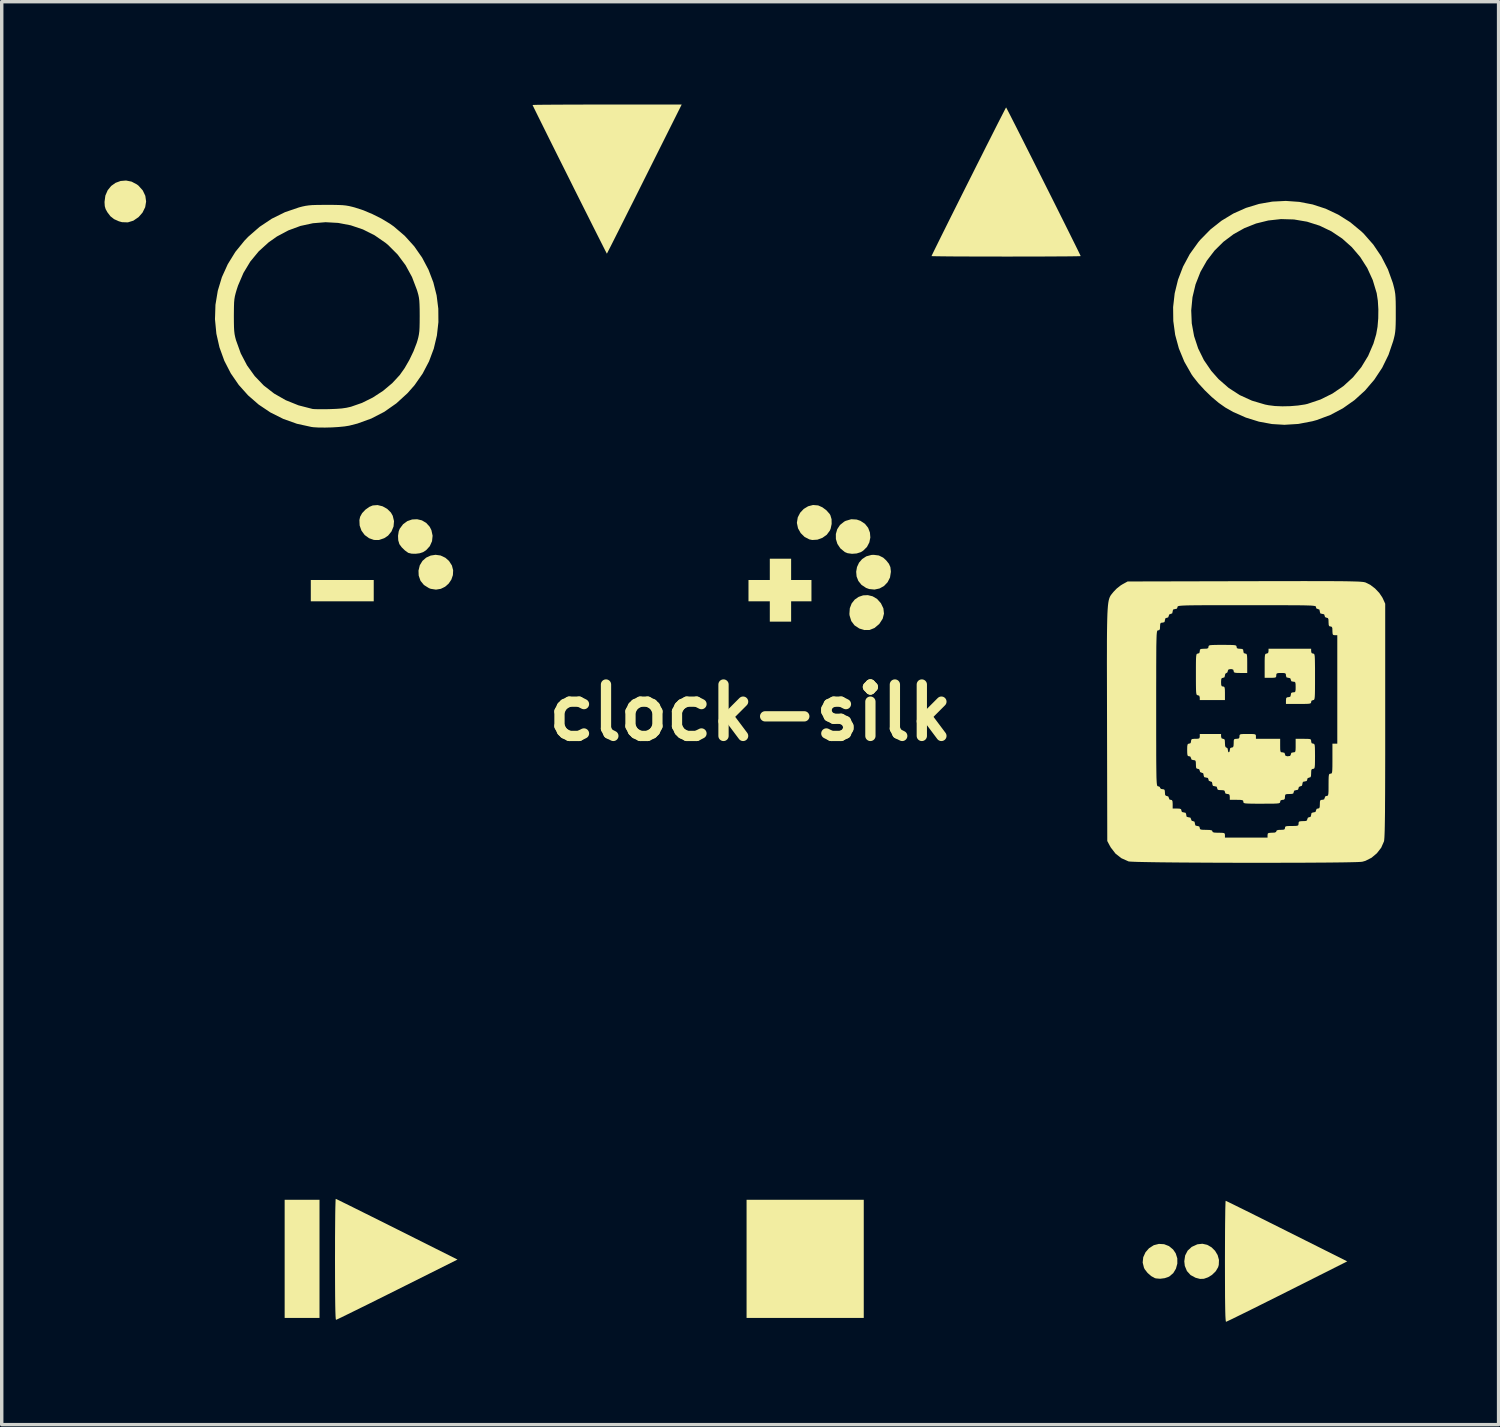
<source format=kicad_pcb>
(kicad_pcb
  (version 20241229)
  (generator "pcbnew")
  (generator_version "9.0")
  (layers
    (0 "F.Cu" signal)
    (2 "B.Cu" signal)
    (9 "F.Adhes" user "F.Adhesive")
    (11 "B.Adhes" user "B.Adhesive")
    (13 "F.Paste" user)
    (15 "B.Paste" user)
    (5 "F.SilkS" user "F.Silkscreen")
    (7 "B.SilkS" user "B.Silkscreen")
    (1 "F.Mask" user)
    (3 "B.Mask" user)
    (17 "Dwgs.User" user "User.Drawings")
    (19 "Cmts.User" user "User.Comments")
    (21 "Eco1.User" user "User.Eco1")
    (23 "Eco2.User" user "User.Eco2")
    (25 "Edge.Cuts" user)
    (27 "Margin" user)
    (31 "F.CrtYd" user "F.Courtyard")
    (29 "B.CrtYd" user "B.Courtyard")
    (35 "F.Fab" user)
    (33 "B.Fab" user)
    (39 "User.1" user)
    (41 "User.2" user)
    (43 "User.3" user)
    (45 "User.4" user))
  (footprint "clock-silk"
    (layer "F.Cu")
    (at 18.845 17.743)
    (property "Reference" "clock-silk" (at 0 0 0) (layer "F.SilkS") (effects (font (size 1.5 1.5) (thickness 0.3))))
    (attr board_only exclude_from_pos_files exclude_from_bom)
    (fp_poly (pts (xy -12.573 15.935) (xy -12.573 17.659) (xy -13.081 17.659) (xy -13.59 17.659) (xy -13.59 15.935) (xy -13.59 14.212) (xy -13.081 14.212) (xy -12.573 14.212)) (stroke (width 0) (type solid)) (fill yes) (layer "F.SilkS"))
    (fp_poly (pts (xy -10.991 -3.56) (xy -10.991 -3.249) (xy -11.909 -3.249) (xy -12.827 -3.249) (xy -12.827 -3.56) (xy -12.827 -3.871) (xy -11.909 -3.871) (xy -10.991 -3.871)) (stroke (width 0) (type solid)) (fill yes) (layer "F.SilkS"))
    (fp_poly (pts (xy 3.306 15.935) (xy 3.306 17.659) (xy 1.596 17.659) (xy -0.113 17.659) (xy -0.113 15.935) (xy -0.113 14.212) (xy 1.596 14.212) (xy 3.306 14.212)) (stroke (width 0) (type solid)) (fill yes) (layer "F.SilkS"))
    (fp_poly (pts (xy -10.732 -6.021) (xy -10.598 -5.946) (xy -10.49 -5.839) (xy -10.436 -5.744) (xy -10.399 -5.588) (xy -10.413 -5.432) (xy -10.473 -5.287) (xy -10.573 -5.165) (xy -10.686 -5.09) (xy -10.838 -5.038) (xy -10.983 -5.039) (xy -11.127 -5.09) (xy -11.255 -5.183) (xy -11.349 -5.311) (xy -11.402 -5.461) (xy -11.409 -5.619) (xy -11.388 -5.716) (xy -11.33 -5.821) (xy -11.235 -5.922) (xy -11.12 -6.004) (xy -11.021 -6.046) (xy -10.878 -6.057)) (stroke (width 0) (type solid)) (fill yes) (layer "F.SilkS"))
    (fp_poly (pts (xy -9.041 -4.586) (xy -8.903 -4.521) (xy -8.795 -4.427) (xy -8.71 -4.294) (xy -8.674 -4.154) (xy -8.681 -4.014) (xy -8.726 -3.883) (xy -8.804 -3.767) (xy -8.908 -3.675) (xy -9.034 -3.613) (xy -9.175 -3.59) (xy -9.326 -3.613) (xy -9.379 -3.633) (xy -9.525 -3.724) (xy -9.626 -3.847) (xy -9.679 -3.999) (xy -9.685 -4.144) (xy -9.647 -4.301) (xy -9.569 -4.429) (xy -9.46 -4.524) (xy -9.329 -4.584) (xy -9.187 -4.606)) (stroke (width 0) (type solid)) (fill yes) (layer "F.SilkS"))
    (fp_poly (pts (xy 3.565 -3.395) (xy 3.696 -3.317) (xy 3.806 -3.194) (xy 3.879 -3.043) (xy 3.896 -2.89) (xy 3.858 -2.74) (xy 3.765 -2.597) (xy 3.753 -2.583) (xy 3.618 -2.47) (xy 3.473 -2.412) (xy 3.319 -2.411) (xy 3.175 -2.456) (xy 3.037 -2.547) (xy 2.942 -2.673) (xy 2.893 -2.832) (xy 2.887 -2.88) (xy 2.899 -3.047) (xy 2.953 -3.187) (xy 3.042 -3.299) (xy 3.156 -3.378) (xy 3.287 -3.423) (xy 3.426 -3.429)) (stroke (width 0) (type solid)) (fill yes) (layer "F.SilkS"))
    (fp_poly (pts (xy 3.099 -5.635) (xy 3.209 -5.597) (xy 3.341 -5.51) (xy 3.434 -5.393) (xy 3.486 -5.256) (xy 3.498 -5.111) (xy 3.469 -4.968) (xy 3.4 -4.836) (xy 3.29 -4.727) (xy 3.219 -4.683) (xy 3.099 -4.645) (xy 2.963 -4.635) (xy 2.833 -4.653) (xy 2.754 -4.686) (xy 2.624 -4.793) (xy 2.537 -4.923) (xy 2.493 -5.066) (xy 2.492 -5.213) (xy 2.532 -5.353) (xy 2.614 -5.477) (xy 2.737 -5.575) (xy 2.78 -5.597) (xy 2.941 -5.644)) (stroke (width 0) (type solid)) (fill yes) (layer "F.SilkS"))
    (fp_poly (pts (xy 1.187 -4.182) (xy 1.187 -3.871) (xy 1.483 -3.871) (xy 1.78 -3.871) (xy 1.78 -3.56) (xy 1.78 -3.249) (xy 1.483 -3.249) (xy 1.187 -3.249) (xy 1.187 -2.953) (xy 1.187 -2.656) (xy 0.876 -2.656) (xy 0.565 -2.656) (xy 0.565 -2.953) (xy 0.565 -3.249) (xy 0.254 -3.249) (xy -0.057 -3.249) (xy -0.057 -3.56) (xy -0.057 -3.871) (xy 0.254 -3.871) (xy 0.565 -3.871) (xy 0.565 -4.182) (xy 0.565 -4.492) (xy 0.876 -4.492) (xy 1.187 -4.492)) (stroke (width 0) (type solid)) (fill yes) (layer "F.SilkS"))
    (fp_poly (pts (xy 3.747 -4.586) (xy 3.872 -4.524) (xy 3.959 -4.445) (xy 4.04 -4.344) (xy 4.083 -4.246) (xy 4.097 -4.128) (xy 4.097 -4.105) (xy 4.072 -3.944) (xy 4.002 -3.806) (xy 3.898 -3.697) (xy 3.768 -3.624) (xy 3.62 -3.592) (xy 3.465 -3.607) (xy 3.374 -3.64) (xy 3.24 -3.729) (xy 3.148 -3.843) (xy 3.097 -3.974) (xy 3.085 -4.112) (xy 3.109 -4.249) (xy 3.168 -4.376) (xy 3.259 -4.482) (xy 3.38 -4.561) (xy 3.53 -4.602) (xy 3.596 -4.605)) (stroke (width 0) (type solid)) (fill yes) (layer "F.SilkS"))
    (fp_poly (pts (xy 12.069 15.508) (xy 12.211 15.563) (xy 12.331 15.662) (xy 12.407 15.773) (xy 12.454 15.92) (xy 12.455 16.074) (xy 12.414 16.223) (xy 12.336 16.352) (xy 12.223 16.448) (xy 12.205 16.458) (xy 12.087 16.499) (xy 11.954 16.516) (xy 11.831 16.506) (xy 11.796 16.496) (xy 11.69 16.437) (xy 11.586 16.345) (xy 11.505 16.241) (xy 11.482 16.197) (xy 11.444 16.043) (xy 11.46 15.888) (xy 11.527 15.742) (xy 11.629 15.626) (xy 11.768 15.537) (xy 11.918 15.499)) (stroke (width 0) (type solid)) (fill yes) (layer "F.SilkS"))
    (fp_poly (pts (xy 13.326 15.526) (xy 13.452 15.598) (xy 13.556 15.701) (xy 13.631 15.826) (xy 13.67 15.967) (xy 13.664 16.113) (xy 13.645 16.18) (xy 13.575 16.298) (xy 13.466 16.404) (xy 13.35 16.475) (xy 13.229 16.517) (xy 13.117 16.521) (xy 12.988 16.487) (xy 12.987 16.487) (xy 12.841 16.408) (xy 12.735 16.291) (xy 12.673 16.141) (xy 12.658 16.006) (xy 12.683 15.837) (xy 12.756 15.696) (xy 12.874 15.587) (xy 13.035 15.513) (xy 13.04 15.511) (xy 13.186 15.495)) (stroke (width 0) (type solid)) (fill yes) (layer "F.SilkS"))
    (fp_poly (pts (xy 1.974 -6.047) (xy 1.978 -6.046) (xy 2.099 -5.992) (xy 2.218 -5.903) (xy 2.311 -5.797) (xy 2.332 -5.761) (xy 2.367 -5.644) (xy 2.369 -5.505) (xy 2.34 -5.368) (xy 2.316 -5.311) (xy 2.226 -5.19) (xy 2.1 -5.101) (xy 1.955 -5.048) (xy 1.804 -5.038) (xy 1.718 -5.056) (xy 1.579 -5.128) (xy 1.466 -5.24) (xy 1.388 -5.379) (xy 1.356 -5.532) (xy 1.356 -5.548) (xy 1.381 -5.699) (xy 1.451 -5.834) (xy 1.554 -5.944) (xy 1.683 -6.022) (xy 1.826 -6.059)) (stroke (width 0) (type solid)) (fill yes) (layer "F.SilkS"))
    (fp_poly (pts (xy -18.056 -15.494) (xy -17.901 -15.412) (xy -17.854 -15.376) (xy -17.729 -15.236) (xy -17.655 -15.079) (xy -17.632 -14.914) (xy -17.659 -14.748) (xy -17.737 -14.59) (xy -17.85 -14.461) (xy -18.003 -14.355) (xy -18.165 -14.305) (xy -18.336 -14.311) (xy -18.428 -14.337) (xy -18.568 -14.4) (xy -18.673 -14.483) (xy -18.762 -14.6) (xy -18.813 -14.692) (xy -18.838 -14.778) (xy -18.845 -14.888) (xy -18.845 -14.905) (xy -18.821 -15.086) (xy -18.754 -15.241) (xy -18.652 -15.367) (xy -18.523 -15.459) (xy -18.375 -15.513) (xy -18.217 -15.526)) (stroke (width 0) (type solid)) (fill yes) (layer "F.SilkS"))
    (fp_poly (pts (xy -9.586 -5.611) (xy -9.46 -5.537) (xy -9.358 -5.424) (xy -9.308 -5.325) (xy -9.273 -5.162) (xy -9.29 -5.003) (xy -9.355 -4.858) (xy -9.463 -4.74) (xy -9.552 -4.683) (xy -9.649 -4.651) (xy -9.768 -4.636) (xy -9.885 -4.639) (xy -9.977 -4.661) (xy -9.988 -4.666) (xy -10.082 -4.734) (xy -10.174 -4.824) (xy -10.241 -4.915) (xy -10.244 -4.922) (xy -10.276 -5.029) (xy -10.282 -5.161) (xy -10.262 -5.29) (xy -10.232 -5.368) (xy -10.134 -5.499) (xy -10.01 -5.589) (xy -9.871 -5.637) (xy -9.726 -5.644)) (stroke (width 0) (type solid)) (fill yes) (layer "F.SilkS"))
    (fp_poly (pts (xy -12.071 14.197) (xy -11.997 14.233) (xy -11.88 14.291) (xy -11.725 14.367) (xy -11.536 14.461) (xy -11.317 14.57) (xy -11.072 14.692) (xy -10.805 14.825) (xy -10.521 14.967) (xy -10.313 15.071) (xy -8.547 15.956) (xy -10.306 16.836) (xy -10.599 16.982) (xy -10.879 17.121) (xy -11.139 17.251) (xy -11.377 17.368) (xy -11.588 17.472) (xy -11.767 17.56) (xy -11.912 17.631) (xy -12.016 17.681) (xy -12.078 17.709) (xy -12.092 17.715) (xy -12.099 17.687) (xy -12.105 17.603) (xy -12.11 17.463) (xy -12.114 17.269) (xy -12.117 17.02) (xy -12.119 16.717) (xy -12.12 16.361) (xy -12.121 15.952) (xy -12.121 15.949) (xy -12.12 15.639) (xy -12.12 15.346) (xy -12.118 15.076) (xy -12.116 14.832) (xy -12.114 14.62) (xy -12.111 14.445) (xy -12.107 14.311) (xy -12.104 14.223) (xy -12.1 14.186) (xy -12.1 14.185)) (stroke (width 0) (type solid)) (fill yes) (layer "F.SilkS"))
    (fp_poly (pts (xy 13.894 14.254) (xy 13.968 14.29) (xy 14.085 14.347) (xy 14.24 14.424) (xy 14.429 14.517) (xy 14.648 14.626) (xy 14.893 14.748) (xy 15.159 14.881) (xy 15.444 15.023) (xy 15.649 15.126) (xy 17.412 16.009) (xy 15.659 16.891) (xy 15.366 17.038) (xy 15.087 17.177) (xy 14.827 17.307) (xy 14.59 17.425) (xy 14.379 17.529) (xy 14.2 17.617) (xy 14.056 17.688) (xy 13.951 17.738) (xy 13.89 17.766) (xy 13.875 17.772) (xy 13.869 17.753) (xy 13.863 17.696) (xy 13.857 17.598) (xy 13.853 17.456) (xy 13.85 17.27) (xy 13.847 17.036) (xy 13.846 16.752) (xy 13.845 16.417) (xy 13.844 16.027) (xy 13.844 16.006) (xy 13.845 15.696) (xy 13.846 15.403) (xy 13.847 15.132) (xy 13.849 14.889) (xy 13.852 14.677) (xy 13.854 14.502) (xy 13.858 14.368) (xy 13.861 14.279) (xy 13.865 14.242) (xy 13.865 14.241)) (stroke (width 0) (type solid)) (fill yes) (layer "F.SilkS"))
    (fp_poly (pts (xy -3.094 -15.568) (xy -3.257 -15.241) (xy -3.413 -14.929) (xy -3.561 -14.636) (xy -3.697 -14.364) (xy -3.82 -14.119) (xy -3.929 -13.903) (xy -4.021 -13.72) (xy -4.095 -13.574) (xy -4.149 -13.469) (xy -4.18 -13.407) (xy -4.189 -13.392) (xy -4.202 -13.417) (xy -4.239 -13.488) (xy -4.297 -13.603) (xy -4.375 -13.758) (xy -4.471 -13.948) (xy -4.583 -14.17) (xy -4.709 -14.422) (xy -4.848 -14.698) (xy -4.997 -14.995) (xy -5.155 -15.31) (xy -5.276 -15.554) (xy -5.439 -15.88) (xy -5.595 -16.191) (xy -5.741 -16.484) (xy -5.876 -16.755) (xy -5.998 -17.001) (xy -6.105 -17.217) (xy -6.196 -17.4) (xy -6.268 -17.546) (xy -6.32 -17.652) (xy -6.35 -17.714) (xy -6.357 -17.729) (xy -6.33 -17.731) (xy -6.25 -17.734) (xy -6.122 -17.736) (xy -5.951 -17.737) (xy -5.741 -17.739) (xy -5.495 -17.74) (xy -5.219 -17.742) (xy -4.917 -17.742) (xy -4.592 -17.743) (xy -4.25 -17.743) (xy -4.181 -17.743) (xy -2.006 -17.743)) (stroke (width 0) (type solid)) (fill yes) (layer "F.SilkS"))
    (fp_poly (pts (xy 7.473 -17.634) (xy 7.51 -17.563) (xy 7.568 -17.451) (xy 7.644 -17.301) (xy 7.737 -17.119) (xy 7.843 -16.909) (xy 7.962 -16.674) (xy 8.089 -16.421) (xy 8.225 -16.152) (xy 8.365 -15.873) (xy 8.508 -15.588) (xy 8.652 -15.301) (xy 8.794 -15.018) (xy 8.932 -14.742) (xy 9.064 -14.477) (xy 9.188 -14.229) (xy 9.301 -14.002) (xy 9.401 -13.8) (xy 9.487 -13.627) (xy 9.555 -13.489) (xy 9.603 -13.39) (xy 9.63 -13.333) (xy 9.634 -13.322) (xy 9.607 -13.319) (xy 9.527 -13.317) (xy 9.4 -13.315) (xy 9.228 -13.313) (xy 9.018 -13.312) (xy 8.773 -13.31) (xy 8.496 -13.309) (xy 8.194 -13.308) (xy 7.87 -13.308) (xy 7.528 -13.307) (xy 7.459 -13.307) (xy 7.114 -13.308) (xy 6.786 -13.308) (xy 6.479 -13.309) (xy 6.197 -13.31) (xy 5.945 -13.311) (xy 5.728 -13.313) (xy 5.549 -13.315) (xy 5.412 -13.317) (xy 5.323 -13.319) (xy 5.285 -13.321) (xy 5.283 -13.322) (xy 5.296 -13.35) (xy 5.331 -13.423) (xy 5.388 -13.539) (xy 5.463 -13.691) (xy 5.554 -13.875) (xy 5.66 -14.088) (xy 5.777 -14.324) (xy 5.904 -14.578) (xy 6.039 -14.848) (xy 6.179 -15.128) (xy 6.322 -15.413) (xy 6.466 -15.699) (xy 6.608 -15.983) (xy 6.747 -16.258) (xy 6.879 -16.522) (xy 7.004 -16.768) (xy 7.118 -16.994) (xy 7.219 -17.194) (xy 7.306 -17.364) (xy 7.375 -17.499) (xy 7.425 -17.596) (xy 7.453 -17.649) (xy 7.459 -17.659)) (stroke (width 0) (type solid)) (fill yes) (layer "F.SilkS"))
    (fp_poly (pts (xy 16.359 -1.794) (xy 16.372 -1.739) (xy 16.415 -1.723) (xy 16.433 -1.722) (xy 16.447 -1.711) (xy 16.457 -1.686) (xy 16.464 -1.639) (xy 16.468 -1.564) (xy 16.47 -1.454) (xy 16.472 -1.303) (xy 16.472 -1.103) (xy 16.472 -1.045) (xy 16.472 -0.833) (xy 16.471 -0.67) (xy 16.469 -0.55) (xy 16.465 -0.467) (xy 16.459 -0.414) (xy 16.449 -0.384) (xy 16.437 -0.371) (xy 16.42 -0.367) (xy 16.415 -0.367) (xy 16.368 -0.347) (xy 16.359 -0.311) (xy 16.356 -0.288) (xy 16.34 -0.272) (xy 16.304 -0.262) (xy 16.237 -0.257) (xy 16.131 -0.255) (xy 15.992 -0.254) (xy 15.624 -0.254) (xy 15.624 -0.353) (xy 15.63 -0.42) (xy 15.653 -0.447) (xy 15.695 -0.452) (xy 15.749 -0.464) (xy 15.765 -0.51) (xy 15.766 -0.523) (xy 15.777 -0.576) (xy 15.823 -0.593) (xy 15.836 -0.593) (xy 15.877 -0.597) (xy 15.898 -0.619) (xy 15.906 -0.671) (xy 15.907 -0.749) (xy 15.905 -0.838) (xy 15.895 -0.884) (xy 15.871 -0.902) (xy 15.836 -0.904) (xy 15.781 -0.917) (xy 15.766 -0.961) (xy 15.749 -1.005) (xy 15.695 -1.017) (xy 15.641 -1.029) (xy 15.625 -1.075) (xy 15.624 -1.088) (xy 15.62 -1.13) (xy 15.596 -1.151) (xy 15.54 -1.158) (xy 15.483 -1.158) (xy 15.399 -1.156) (xy 15.357 -1.144) (xy 15.343 -1.116) (xy 15.342 -1.088) (xy 15.338 -1.049) (xy 15.319 -1.027) (xy 15.27 -1.019) (xy 15.178 -1.017) (xy 15.172 -1.017) (xy 15.003 -1.017) (xy 15.003 -1.37) (xy 15.003 -1.517) (xy 15.006 -1.616) (xy 15.012 -1.677) (xy 15.023 -1.709) (xy 15.04 -1.722) (xy 15.059 -1.723) (xy 15.103 -1.74) (xy 15.116 -1.794) (xy 15.116 -1.865) (xy 15.737 -1.865) (xy 16.359 -1.865)) (stroke (width 0) (type solid)) (fill yes) (layer "F.SilkS"))
    (fp_poly (pts (xy 13.933 -1.977) (xy 14.045 -1.975) (xy 14.117 -1.971) (xy 14.159 -1.962) (xy 14.178 -1.948) (xy 14.183 -1.928) (xy 14.183 -1.921) (xy 14.194 -1.882) (xy 14.238 -1.867) (xy 14.282 -1.865) (xy 14.349 -1.859) (xy 14.376 -1.836) (xy 14.381 -1.794) (xy 14.394 -1.739) (xy 14.438 -1.723) (xy 14.463 -1.72) (xy 14.48 -1.701) (xy 14.489 -1.658) (xy 14.493 -1.58) (xy 14.494 -1.456) (xy 14.494 -1.441) (xy 14.494 -1.158) (xy 14.296 -1.158) (xy 14.192 -1.16) (xy 14.133 -1.167) (xy 14.106 -1.182) (xy 14.099 -1.21) (xy 14.099 -1.215) (xy 14.085 -1.256) (xy 14.036 -1.271) (xy 14.014 -1.271) (xy 13.952 -1.263) (xy 13.93 -1.229) (xy 13.929 -1.215) (xy 13.911 -1.169) (xy 13.887 -1.158) (xy 13.853 -1.134) (xy 13.844 -1.088) (xy 13.831 -1.032) (xy 13.788 -1.017) (xy 13.752 -1.009) (xy 13.736 -0.974) (xy 13.731 -0.899) (xy 13.731 -0.89) (xy 13.735 -0.811) (xy 13.75 -0.773) (xy 13.784 -0.763) (xy 13.788 -0.763) (xy 13.817 -0.758) (xy 13.834 -0.733) (xy 13.842 -0.679) (xy 13.844 -0.581) (xy 13.844 -0.565) (xy 13.844 -0.367) (xy 13.477 -0.367) (xy 13.11 -0.367) (xy 13.11 -0.438) (xy 13.096 -0.493) (xy 13.053 -0.509) (xy 13.035 -0.511) (xy 13.021 -0.522) (xy 13.011 -0.549) (xy 13.004 -0.598) (xy 13 -0.678) (xy 12.998 -0.795) (xy 12.997 -0.956) (xy 12.997 -1.116) (xy 12.997 -1.316) (xy 12.998 -1.466) (xy 13 -1.574) (xy 13.005 -1.647) (xy 13.012 -1.691) (xy 13.023 -1.714) (xy 13.038 -1.722) (xy 13.053 -1.723) (xy 13.097 -1.74) (xy 13.11 -1.794) (xy 13.115 -1.838) (xy 13.141 -1.858) (xy 13.203 -1.864) (xy 13.237 -1.865) (xy 13.316 -1.868) (xy 13.354 -1.884) (xy 13.364 -1.917) (xy 13.364 -1.921) (xy 13.367 -1.943) (xy 13.381 -1.959) (xy 13.415 -1.969) (xy 13.478 -1.974) (xy 13.578 -1.977) (xy 13.723 -1.978) (xy 13.774 -1.978)) (stroke (width 0) (type solid)) (fill yes) (layer "F.SilkS"))
    (fp_poly (pts (xy 16.013 -14.903) (xy 16.402 -14.828) (xy 16.782 -14.704) (xy 17.149 -14.531) (xy 17.498 -14.311) (xy 17.824 -14.041) (xy 17.901 -13.966) (xy 18.174 -13.655) (xy 18.408 -13.308) (xy 18.599 -12.935) (xy 18.74 -12.544) (xy 18.754 -12.494) (xy 18.78 -12.393) (xy 18.799 -12.305) (xy 18.813 -12.217) (xy 18.821 -12.117) (xy 18.826 -11.994) (xy 18.828 -11.837) (xy 18.828 -11.669) (xy 18.828 -11.473) (xy 18.825 -11.322) (xy 18.82 -11.204) (xy 18.811 -11.107) (xy 18.797 -11.019) (xy 18.776 -10.929) (xy 18.753 -10.842) (xy 18.616 -10.439) (xy 18.431 -10.062) (xy 18.201 -9.714) (xy 17.931 -9.398) (xy 17.624 -9.119) (xy 17.285 -8.88) (xy 16.917 -8.685) (xy 16.523 -8.538) (xy 16.393 -8.502) (xy 15.985 -8.424) (xy 15.579 -8.399) (xy 15.217 -8.421) (xy 14.835 -8.491) (xy 14.453 -8.61) (xy 14.085 -8.773) (xy 13.857 -8.902) (xy 13.664 -9.038) (xy 13.459 -9.21) (xy 13.257 -9.405) (xy 13.07 -9.609) (xy 12.912 -9.809) (xy 12.87 -9.87) (xy 12.659 -10.24) (xy 12.5 -10.626) (xy 12.392 -11.023) (xy 12.337 -11.427) (xy 12.333 -11.738) (xy 12.86 -11.738) (xy 12.876 -11.358) (xy 12.944 -10.986) (xy 13.062 -10.628) (xy 13.23 -10.287) (xy 13.446 -9.971) (xy 13.659 -9.731) (xy 13.955 -9.473) (xy 14.279 -9.264) (xy 14.633 -9.103) (xy 15.015 -8.99) (xy 15.116 -8.97) (xy 15.3 -8.947) (xy 15.519 -8.938) (xy 15.751 -8.943) (xy 15.977 -8.962) (xy 16.177 -8.992) (xy 16.251 -9.009) (xy 16.632 -9.137) (xy 16.982 -9.311) (xy 17.3 -9.528) (xy 17.581 -9.785) (xy 17.822 -10.08) (xy 18.022 -10.409) (xy 18.177 -10.769) (xy 18.257 -11.039) (xy 18.296 -11.258) (xy 18.317 -11.508) (xy 18.32 -11.768) (xy 18.305 -12.018) (xy 18.272 -12.237) (xy 18.269 -12.248) (xy 18.156 -12.623) (xy 17.996 -12.973) (xy 17.791 -13.294) (xy 17.546 -13.582) (xy 17.265 -13.833) (xy 16.951 -14.043) (xy 16.608 -14.208) (xy 16.24 -14.325) (xy 15.858 -14.39) (xy 15.479 -14.401) (xy 15.109 -14.36) (xy 14.752 -14.272) (xy 14.412 -14.137) (xy 14.094 -13.959) (xy 13.802 -13.74) (xy 13.541 -13.482) (xy 13.316 -13.188) (xy 13.13 -12.861) (xy 12.989 -12.503) (xy 12.988 -12.502) (xy 12.897 -12.121) (xy 12.86 -11.738) (xy 12.333 -11.738) (xy 12.332 -11.833) (xy 12.378 -12.236) (xy 12.475 -12.632) (xy 12.622 -13.015) (xy 12.819 -13.382) (xy 13.066 -13.726) (xy 13.122 -13.793) (xy 13.42 -14.097) (xy 13.745 -14.354) (xy 14.092 -14.564) (xy 14.458 -14.727) (xy 14.838 -14.843) (xy 15.226 -14.911) (xy 15.62 -14.931)) (stroke (width 0) (type solid)) (fill yes) (layer "F.SilkS"))
    (fp_poly (pts (xy -12.167 -14.815) (xy -12.018 -14.812) (xy -11.901 -14.807) (xy -11.804 -14.797) (xy -11.715 -14.782) (xy -11.621 -14.76) (xy -11.542 -14.739) (xy -11.293 -14.658) (xy -11.028 -14.546) (xy -10.765 -14.414) (xy -10.527 -14.271) (xy -10.406 -14.186) (xy -10.086 -13.912) (xy -9.81 -13.607) (xy -9.579 -13.276) (xy -9.393 -12.924) (xy -9.252 -12.555) (xy -9.156 -12.174) (xy -9.107 -11.786) (xy -9.104 -11.394) (xy -9.148 -11.004) (xy -9.239 -10.621) (xy -9.378 -10.249) (xy -9.565 -9.892) (xy -9.8 -9.555) (xy -10.007 -9.32) (xy -10.33 -9.025) (xy -10.682 -8.778) (xy -11.061 -8.582) (xy -11.467 -8.435) (xy -11.705 -8.374) (xy -11.841 -8.352) (xy -12.014 -8.335) (xy -12.208 -8.323) (xy -12.406 -8.318) (xy -12.59 -8.319) (xy -12.744 -8.328) (xy -12.808 -8.336) (xy -13.232 -8.429) (xy -13.632 -8.572) (xy -14.005 -8.759) (xy -14.348 -8.989) (xy -14.657 -9.258) (xy -14.929 -9.562) (xy -15.161 -9.899) (xy -15.35 -10.266) (xy -15.492 -10.659) (xy -15.582 -11.056) (xy -15.623 -11.481) (xy -15.619 -11.584) (xy -15.072 -11.584) (xy -15.071 -11.395) (xy -15.068 -11.251) (xy -15.062 -11.139) (xy -15.051 -11.046) (xy -15.034 -10.961) (xy -15.01 -10.87) (xy -15.008 -10.864) (xy -14.87 -10.481) (xy -14.687 -10.132) (xy -14.463 -9.82) (xy -14.199 -9.545) (xy -13.896 -9.31) (xy -13.558 -9.117) (xy -13.186 -8.967) (xy -12.782 -8.863) (xy -12.771 -8.861) (xy -12.718 -8.857) (xy -12.62 -8.854) (xy -12.491 -8.854) (xy -12.343 -8.855) (xy -12.29 -8.856) (xy -12.086 -8.864) (xy -11.923 -8.876) (xy -11.786 -8.896) (xy -11.659 -8.925) (xy -11.655 -8.926) (xy -11.333 -9.038) (xy -11.017 -9.195) (xy -10.718 -9.39) (xy -10.45 -9.615) (xy -10.232 -9.851) (xy -10.089 -10.053) (xy -9.952 -10.291) (xy -9.831 -10.543) (xy -9.736 -10.789) (xy -9.713 -10.864) (xy -9.689 -10.955) (xy -9.672 -11.04) (xy -9.66 -11.133) (xy -9.654 -11.244) (xy -9.651 -11.386) (xy -9.65 -11.572) (xy -9.65 -11.584) (xy -9.651 -11.768) (xy -9.655 -11.908) (xy -9.661 -12.017) (xy -9.672 -12.107) (xy -9.689 -12.19) (xy -9.714 -12.279) (xy -9.73 -12.332) (xy -9.874 -12.71) (xy -10.063 -13.057) (xy -10.296 -13.369) (xy -10.57 -13.644) (xy -10.65 -13.71) (xy -10.967 -13.929) (xy -11.306 -14.099) (xy -11.661 -14.219) (xy -12.026 -14.289) (xy -12.396 -14.31) (xy -12.765 -14.28) (xy -13.129 -14.201) (xy -13.481 -14.071) (xy -13.817 -13.892) (xy -14.06 -13.72) (xy -14.348 -13.458) (xy -14.592 -13.162) (xy -14.792 -12.83) (xy -14.95 -12.461) (xy -14.993 -12.33) (xy -15.021 -12.234) (xy -15.042 -12.149) (xy -15.056 -12.065) (xy -15.065 -11.968) (xy -15.069 -11.846) (xy -15.071 -11.687) (xy -15.072 -11.584) (xy -15.619 -11.584) (xy -15.609 -11.9) (xy -15.541 -12.31) (xy -15.421 -12.707) (xy -15.249 -13.086) (xy -15.028 -13.444) (xy -14.759 -13.775) (xy -14.651 -13.887) (xy -14.322 -14.174) (xy -13.964 -14.413) (xy -13.581 -14.602) (xy -13.174 -14.741) (xy -13.071 -14.768) (xy -12.981 -14.787) (xy -12.89 -14.8) (xy -12.789 -14.809) (xy -12.663 -14.813) (xy -12.501 -14.815) (xy -12.361 -14.815)) (stroke (width 0) (type solid)) (fill yes) (layer "F.SilkS"))
    (fp_poly (pts (xy 13.731 0.692) (xy 13.745 0.748) (xy 13.788 0.763) (xy 13.823 0.771) (xy 13.84 0.806) (xy 13.844 0.881) (xy 13.844 0.89) (xy 13.85 0.974) (xy 13.869 1.012) (xy 13.887 1.017) (xy 13.921 1.042) (xy 13.929 1.088) (xy 13.939 1.141) (xy 13.957 1.158) (xy 13.979 1.134) (xy 13.986 1.088) (xy 13.999 1.032) (xy 14.042 1.017) (xy 14.077 1.009) (xy 14.094 0.974) (xy 14.099 0.899) (xy 14.099 0.89) (xy 14.101 0.812) (xy 14.115 0.775) (xy 14.151 0.764) (xy 14.183 0.763) (xy 14.244 0.755) (xy 14.266 0.723) (xy 14.268 0.692) (xy 14.27 0.658) (xy 14.284 0.637) (xy 14.321 0.626) (xy 14.393 0.622) (xy 14.508 0.622) (xy 14.625 0.622) (xy 14.696 0.626) (xy 14.732 0.637) (xy 14.746 0.658) (xy 14.748 0.692) (xy 14.748 0.763) (xy 15.102 0.763) (xy 15.455 0.763) (xy 15.455 0.961) (xy 15.456 1.064) (xy 15.462 1.123) (xy 15.477 1.15) (xy 15.507 1.158) (xy 15.525 1.158) (xy 15.581 1.172) (xy 15.596 1.215) (xy 15.609 1.256) (xy 15.659 1.271) (xy 15.681 1.271) (xy 15.743 1.263) (xy 15.765 1.229) (xy 15.766 1.215) (xy 15.782 1.171) (xy 15.836 1.158) (xy 15.873 1.155) (xy 15.894 1.139) (xy 15.904 1.095) (xy 15.907 1.013) (xy 15.907 0.961) (xy 15.907 0.763) (xy 16.133 0.763) (xy 16.245 0.764) (xy 16.312 0.768) (xy 16.346 0.78) (xy 16.357 0.804) (xy 16.359 0.833) (xy 16.372 0.889) (xy 16.415 0.904) (xy 16.438 0.907) (xy 16.454 0.923) (xy 16.464 0.959) (xy 16.469 1.026) (xy 16.471 1.132) (xy 16.472 1.271) (xy 16.471 1.421) (xy 16.469 1.524) (xy 16.463 1.588) (xy 16.453 1.622) (xy 16.437 1.636) (xy 16.415 1.639) (xy 16.38 1.647) (xy 16.363 1.682) (xy 16.359 1.757) (xy 16.359 1.766) (xy 16.355 1.845) (xy 16.34 1.883) (xy 16.306 1.893) (xy 16.302 1.893) (xy 16.255 1.913) (xy 16.246 1.949) (xy 16.229 1.994) (xy 16.175 2.006) (xy 16.121 2.018) (xy 16.105 2.064) (xy 16.105 2.077) (xy 16.091 2.132) (xy 16.048 2.147) (xy 16.001 2.167) (xy 15.992 2.204) (xy 15.975 2.248) (xy 15.921 2.26) (xy 15.866 2.274) (xy 15.85 2.317) (xy 15.842 2.352) (xy 15.807 2.369) (xy 15.732 2.373) (xy 15.723 2.373) (xy 15.645 2.376) (xy 15.608 2.39) (xy 15.597 2.426) (xy 15.596 2.458) (xy 15.588 2.519) (xy 15.556 2.541) (xy 15.525 2.543) (xy 15.47 2.556) (xy 15.455 2.599) (xy 15.452 2.619) (xy 15.441 2.633) (xy 15.412 2.644) (xy 15.358 2.65) (xy 15.272 2.654) (xy 15.147 2.655) (xy 14.976 2.656) (xy 14.918 2.656) (xy 14.731 2.656) (xy 14.594 2.654) (xy 14.498 2.651) (xy 14.436 2.646) (xy 14.401 2.637) (xy 14.385 2.623) (xy 14.381 2.605) (xy 14.381 2.599) (xy 14.376 2.57) (xy 14.352 2.553) (xy 14.297 2.545) (xy 14.199 2.543) (xy 14.183 2.543) (xy 13.986 2.543) (xy 13.986 2.458) (xy 13.978 2.397) (xy 13.946 2.375) (xy 13.915 2.373) (xy 13.86 2.36) (xy 13.844 2.317) (xy 13.835 2.28) (xy 13.796 2.263) (xy 13.731 2.26) (xy 13.657 2.256) (xy 13.625 2.236) (xy 13.618 2.204) (xy 13.602 2.159) (xy 13.548 2.147) (xy 13.494 2.136) (xy 13.477 2.09) (xy 13.477 2.077) (xy 13.464 2.021) (xy 13.42 2.006) (xy 13.373 1.986) (xy 13.364 1.949) (xy 13.347 1.905) (xy 13.293 1.893) (xy 13.24 1.881) (xy 13.223 1.835) (xy 13.223 1.822) (xy 13.209 1.767) (xy 13.166 1.752) (xy 13.119 1.732) (xy 13.11 1.695) (xy 13.09 1.648) (xy 13.053 1.639) (xy 13.018 1.63) (xy 13.001 1.596) (xy 12.997 1.521) (xy 12.997 1.512) (xy 12.994 1.433) (xy 12.979 1.396) (xy 12.945 1.385) (xy 12.926 1.384) (xy 12.871 1.371) (xy 12.855 1.328) (xy 12.835 1.281) (xy 12.799 1.271) (xy 12.768 1.266) (xy 12.751 1.24) (xy 12.744 1.182) (xy 12.742 1.088) (xy 12.744 0.988) (xy 12.752 0.933) (xy 12.77 0.909) (xy 12.799 0.904) (xy 12.843 0.888) (xy 12.855 0.833) (xy 12.861 0.79) (xy 12.887 0.769) (xy 12.948 0.763) (xy 12.983 0.763) (xy 13.061 0.76) (xy 13.098 0.746) (xy 13.109 0.711) (xy 13.11 0.692) (xy 13.11 0.622) (xy 13.42 0.622) (xy 13.731 0.622)) (stroke (width 0) (type solid)) (fill yes) (layer "F.SilkS"))
    (fp_poly (pts (xy 16.474 -3.838) (xy 16.752 -3.838) (xy 16.991 -3.837) (xy 17.195 -3.836) (xy 17.367 -3.834) (xy 17.509 -3.831) (xy 17.626 -3.828) (xy 17.719 -3.825) (xy 17.793 -3.821) (xy 17.85 -3.816) (xy 17.892 -3.811) (xy 17.924 -3.804) (xy 17.947 -3.798) (xy 18.084 -3.73) (xy 18.223 -3.624) (xy 18.347 -3.494) (xy 18.439 -3.356) (xy 18.453 -3.327) (xy 18.52 -3.179) (xy 18.52 0.226) (xy 18.52 0.756) (xy 18.52 1.233) (xy 18.519 1.659) (xy 18.518 2.036) (xy 18.517 2.367) (xy 18.515 2.656) (xy 18.514 2.904) (xy 18.511 3.114) (xy 18.508 3.29) (xy 18.505 3.434) (xy 18.501 3.548) (xy 18.497 3.635) (xy 18.492 3.699) (xy 18.487 3.741) (xy 18.483 3.758) (xy 18.403 3.94) (xy 18.278 4.101) (xy 18.121 4.233) (xy 17.943 4.323) (xy 17.852 4.349) (xy 17.8 4.354) (xy 17.696 4.359) (xy 17.544 4.363) (xy 17.35 4.367) (xy 17.118 4.37) (xy 16.851 4.373) (xy 16.555 4.375) (xy 16.232 4.377) (xy 15.889 4.379) (xy 15.529 4.379) (xy 15.157 4.38) (xy 14.776 4.38) (xy 14.392 4.38) (xy 14.008 4.379) (xy 13.63 4.378) (xy 13.26 4.376) (xy 12.904 4.374) (xy 12.566 4.372) (xy 12.251 4.369) (xy 11.962 4.366) (xy 11.704 4.362) (xy 11.481 4.358) (xy 11.298 4.354) (xy 11.16 4.349) (xy 11.069 4.344) (xy 11.033 4.34) (xy 10.824 4.247) (xy 10.651 4.112) (xy 10.513 3.933) (xy 10.478 3.871) (xy 10.411 3.744) (xy 10.404 0.327) (xy 10.403 -0.127) (xy 11.838 -0.127) (xy 11.838 0.284) (xy 11.838 0.643) (xy 11.839 0.952) (xy 11.839 1.216) (xy 11.84 1.438) (xy 11.842 1.621) (xy 11.844 1.77) (xy 11.846 1.888) (xy 11.85 1.978) (xy 11.854 2.044) (xy 11.859 2.091) (xy 11.865 2.12) (xy 11.872 2.137) (xy 11.881 2.145) (xy 11.89 2.147) (xy 11.895 2.147) (xy 11.941 2.165) (xy 11.951 2.19) (xy 11.976 2.224) (xy 12.022 2.232) (xy 12.07 2.239) (xy 12.089 2.273) (xy 12.093 2.331) (xy 12.099 2.399) (xy 12.124 2.427) (xy 12.149 2.43) (xy 12.196 2.45) (xy 12.206 2.486) (xy 12.226 2.534) (xy 12.262 2.543) (xy 12.297 2.551) (xy 12.314 2.586) (xy 12.319 2.661) (xy 12.319 2.67) (xy 12.319 2.797) (xy 12.446 2.797) (xy 12.525 2.801) (xy 12.563 2.816) (xy 12.573 2.85) (xy 12.573 2.854) (xy 12.589 2.898) (xy 12.643 2.91) (xy 12.697 2.922) (xy 12.714 2.968) (xy 12.714 2.981) (xy 12.726 3.035) (xy 12.772 3.051) (xy 12.785 3.051) (xy 12.84 3.065) (xy 12.855 3.108) (xy 12.875 3.155) (xy 12.912 3.164) (xy 12.956 3.181) (xy 12.968 3.235) (xy 12.98 3.289) (xy 13.026 3.305) (xy 13.039 3.306) (xy 13.094 3.319) (xy 13.11 3.362) (xy 13.115 3.393) (xy 13.141 3.41) (xy 13.199 3.417) (xy 13.293 3.419) (xy 13.396 3.422) (xy 13.454 3.432) (xy 13.476 3.451) (xy 13.477 3.461) (xy 13.489 3.485) (xy 13.533 3.498) (xy 13.619 3.503) (xy 13.661 3.503) (xy 13.759 3.505) (xy 13.814 3.512) (xy 13.838 3.529) (xy 13.844 3.563) (xy 13.844 3.574) (xy 13.844 3.645) (xy 14.466 3.645) (xy 15.087 3.645) (xy 15.087 3.574) (xy 15.093 3.53) (xy 15.119 3.51) (xy 15.18 3.504) (xy 15.215 3.503) (xy 15.298 3.498) (xy 15.337 3.479) (xy 15.342 3.461) (xy 15.358 3.433) (xy 15.415 3.42) (xy 15.469 3.419) (xy 15.548 3.415) (xy 15.586 3.4) (xy 15.596 3.366) (xy 15.596 3.362) (xy 15.601 3.332) (xy 15.625 3.315) (xy 15.68 3.308) (xy 15.778 3.306) (xy 15.794 3.306) (xy 15.897 3.305) (xy 15.956 3.299) (xy 15.983 3.283) (xy 15.991 3.254) (xy 15.992 3.235) (xy 15.997 3.191) (xy 16.023 3.171) (xy 16.084 3.165) (xy 16.119 3.164) (xy 16.198 3.161) (xy 16.236 3.145) (xy 16.246 3.112) (xy 16.246 3.108) (xy 16.266 3.061) (xy 16.302 3.051) (xy 16.347 3.035) (xy 16.359 2.981) (xy 16.371 2.927) (xy 16.416 2.91) (xy 16.429 2.91) (xy 16.485 2.897) (xy 16.5 2.854) (xy 16.52 2.806) (xy 16.557 2.797) (xy 16.592 2.789) (xy 16.609 2.754) (xy 16.613 2.679) (xy 16.613 2.67) (xy 16.616 2.592) (xy 16.63 2.554) (xy 16.665 2.543) (xy 16.684 2.543) (xy 16.739 2.53) (xy 16.754 2.486) (xy 16.774 2.439) (xy 16.811 2.43) (xy 16.835 2.426) (xy 16.851 2.41) (xy 16.861 2.37) (xy 16.866 2.298) (xy 16.867 2.184) (xy 16.867 2.105) (xy 16.868 1.965) (xy 16.871 1.873) (xy 16.878 1.817) (xy 16.89 1.79) (xy 16.91 1.781) (xy 16.924 1.78) (xy 16.945 1.777) (xy 16.961 1.764) (xy 16.971 1.731) (xy 16.976 1.671) (xy 16.979 1.575) (xy 16.98 1.435) (xy 16.98 1.342) (xy 16.98 0.904) (xy 17.051 0.904) (xy 17.122 0.904) (xy 17.122 -0.678) (xy 17.122 -2.26) (xy 17.051 -2.26) (xy 17.007 -2.266) (xy 16.987 -2.291) (xy 16.981 -2.353) (xy 16.98 -2.387) (xy 16.977 -2.467) (xy 16.961 -2.504) (xy 16.928 -2.515) (xy 16.924 -2.515) (xy 16.889 -2.523) (xy 16.872 -2.557) (xy 16.867 -2.633) (xy 16.867 -2.642) (xy 16.864 -2.721) (xy 16.848 -2.759) (xy 16.815 -2.769) (xy 16.811 -2.769) (xy 16.764 -2.789) (xy 16.754 -2.825) (xy 16.738 -2.87) (xy 16.684 -2.882) (xy 16.63 -2.894) (xy 16.613 -2.939) (xy 16.613 -2.953) (xy 16.6 -3.008) (xy 16.557 -3.023) (xy 16.509 -3.043) (xy 16.5 -3.08) (xy 16.499 -3.09) (xy 16.494 -3.1) (xy 16.48 -3.108) (xy 16.455 -3.114) (xy 16.413 -3.12) (xy 16.352 -3.125) (xy 16.266 -3.128) (xy 16.154 -3.131) (xy 16.01 -3.133) (xy 15.83 -3.134) (xy 15.612 -3.135) (xy 15.35 -3.136) (xy 15.042 -3.136) (xy 14.683 -3.136) (xy 14.48 -3.136) (xy 14.094 -3.136) (xy 13.76 -3.136) (xy 13.475 -3.136) (xy 13.236 -3.135) (xy 13.037 -3.134) (xy 12.875 -3.132) (xy 12.747 -3.13) (xy 12.648 -3.126) (xy 12.575 -3.122) (xy 12.524 -3.117) (xy 12.491 -3.111) (xy 12.472 -3.104) (xy 12.463 -3.095) (xy 12.46 -3.085) (xy 12.46 -3.08) (xy 12.443 -3.035) (xy 12.389 -3.023) (xy 12.335 -3.011) (xy 12.319 -2.966) (xy 12.319 -2.953) (xy 12.305 -2.897) (xy 12.262 -2.882) (xy 12.215 -2.862) (xy 12.206 -2.825) (xy 12.186 -2.778) (xy 12.149 -2.769) (xy 12.105 -2.752) (xy 12.093 -2.698) (xy 12.081 -2.644) (xy 12.035 -2.628) (xy 12.022 -2.628) (xy 11.976 -2.621) (xy 11.956 -2.592) (xy 11.951 -2.524) (xy 11.951 -2.515) (xy 11.947 -2.441) (xy 11.927 -2.408) (xy 11.895 -2.402) (xy 11.885 -2.401) (xy 11.876 -2.396) (xy 11.868 -2.383) (xy 11.861 -2.359) (xy 11.856 -2.32) (xy 11.851 -2.262) (xy 11.848 -2.182) (xy 11.845 -2.076) (xy 11.842 -1.941) (xy 11.841 -1.772) (xy 11.84 -1.566) (xy 11.839 -1.32) (xy 11.839 -1.03) (xy 11.838 -0.692) (xy 11.838 -0.303) (xy 11.838 -0.127) (xy 10.403 -0.127) (xy 10.403 -0.198) (xy 10.402 -0.669) (xy 10.401 -1.09) (xy 10.4 -1.464) (xy 10.401 -1.793) (xy 10.401 -2.081) (xy 10.403 -2.331) (xy 10.406 -2.546) (xy 10.41 -2.729) (xy 10.415 -2.882) (xy 10.422 -3.01) (xy 10.43 -3.115) (xy 10.44 -3.2) (xy 10.452 -3.269) (xy 10.466 -3.323) (xy 10.482 -3.367) (xy 10.5 -3.404) (xy 10.521 -3.436) (xy 10.545 -3.466) (xy 10.571 -3.498) (xy 10.59 -3.522) (xy 10.685 -3.621) (xy 10.799 -3.711) (xy 10.852 -3.744) (xy 11.005 -3.828) (xy 14.408 -3.836) (xy 14.922 -3.837) (xy 15.383 -3.838) (xy 15.793 -3.838) (xy 16.156 -3.839)) (stroke (width 0) (type solid)) (fill yes) (layer "F.SilkS")))
  (gr_rect
    (start -3 -3)
    (end 40.673 38.515)
    (stroke (width 0.1) (type default))
    (fill no)
    (layer "Edge.Cuts")))
</source>
